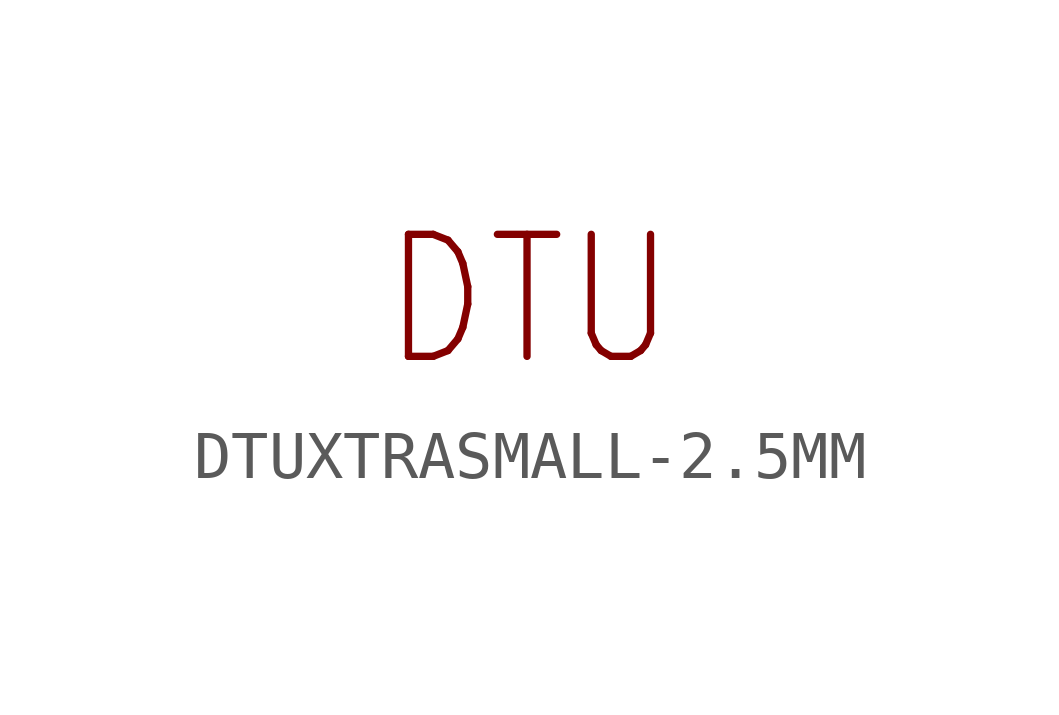
<source format=kicad_sym>
(kicad_symbol_lib
  (version 20220914)
  (generator kicad_symbol_editor)
  (symbol "DTUXTRASMALL-2.5MM"
    (property "Reference" ""
      (at 0 0 0)
      (effects (font (size 1.27 1.27)) hide))
    (property "ki_locked" ""
      (at 0 0 0)
      (effects (font (size 1.27 1.27))))
    (symbol "DTUXTRASMALL-2.5MM_1_0"
      (text "DTU" (at 0 0 0) (effects (font (size 2.54 2.159)) (justify bottom))))))
</source>
